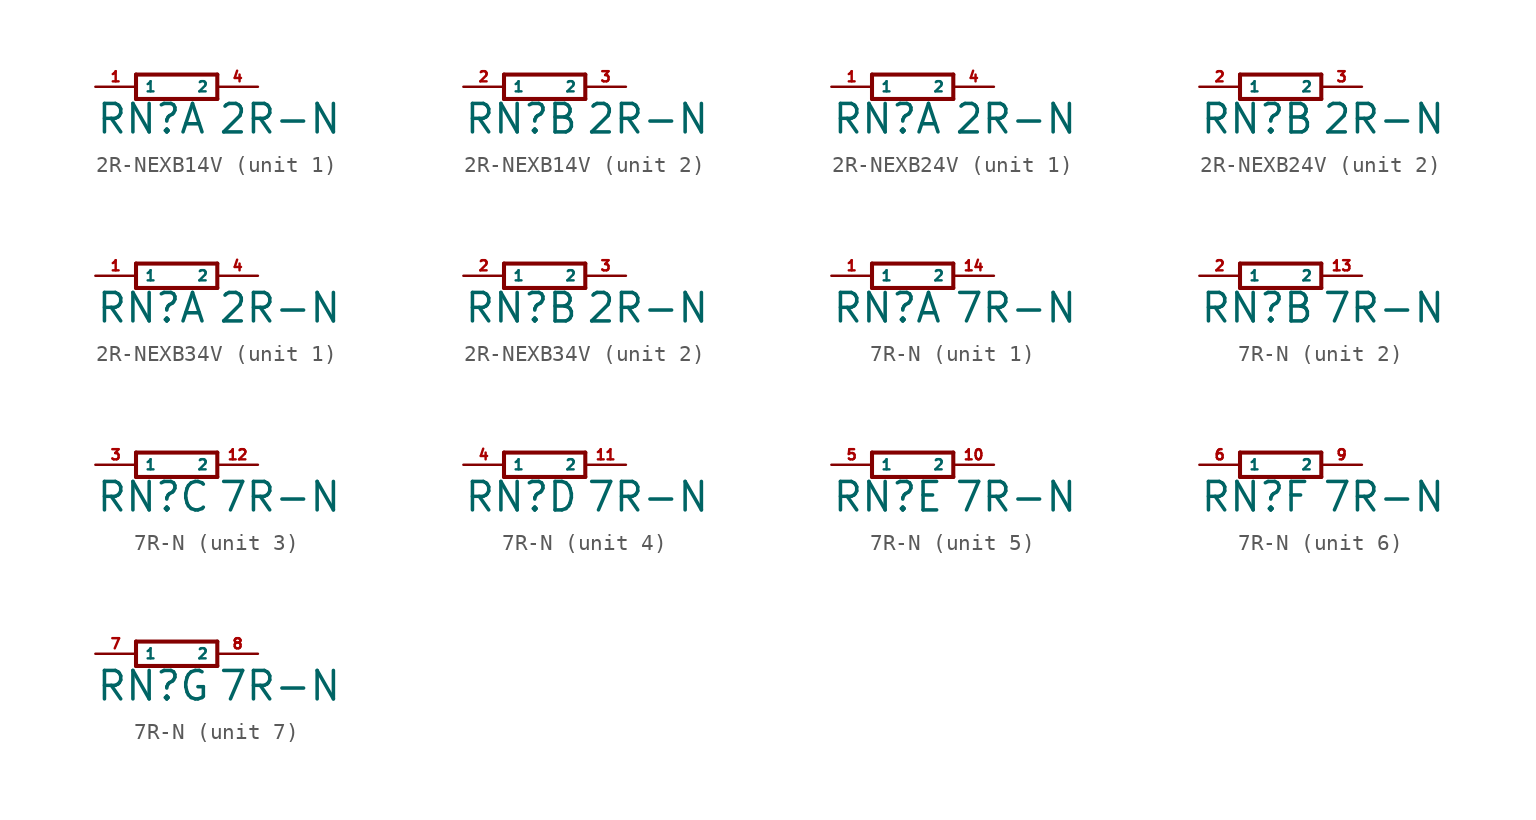
<source format=kicad_sym>
(kicad_symbol_lib
  (version 20220914)
  (generator Eagle2Kicad)
  (symbol "2R-NEXB14V"
    (property "Reference" "RN"
      (at -5.08 -3.048 0)
      (effects (font (size 1.778 1.778) (thickness 0.22)) (justify left bottom)))
    (property "Value" "2R-N"
      (at 2.54 -3.048 0)
      (effects (font (size 1.778 1.778) (thickness 0.22)) (justify left bottom)))
    (symbol "2R-NEXB14V_1_0"
      (polyline (pts (xy -2.54 -0.762) (xy 2.54 -0.762)) (stroke (width 0.254) (type default)) (fill (type none)))
      (polyline (pts (xy 2.54 0.762) (xy -2.54 0.762)) (stroke (width 0.254) (type default)) (fill (type none)))
      (polyline (pts (xy 2.54 -0.762) (xy 2.54 0.762)) (stroke (width 0.254) (type default)) (fill (type none)))
      (polyline (pts (xy -2.54 0.762) (xy -2.54 -0.762)) (stroke (width 0.254) (type default)) (fill (type none)))
      (pin passive line (at -5.08 0 0) (length 2.54) (name "1" (effects (font (size 0.635 0.635) (thickness 0.08)) (justify left bottom))) (number "1" (effects (font (size 0.635 0.635) (thickness 0.08)) (justify left bottom))))
      (pin passive line (at 5.08 0 180) (length 2.54) (name "2" (effects (font (size 0.635 0.635) (thickness 0.08)) (justify left bottom))) (number "4" (effects (font (size 0.635 0.635) (thickness 0.08)) (justify left bottom)))))
    (symbol "2R-NEXB14V_2_0"
      (polyline (pts (xy -2.54 -0.762) (xy 2.54 -0.762)) (stroke (width 0.254) (type default)) (fill (type none)))
      (polyline (pts (xy 2.54 0.762) (xy -2.54 0.762)) (stroke (width 0.254) (type default)) (fill (type none)))
      (polyline (pts (xy 2.54 -0.762) (xy 2.54 0.762)) (stroke (width 0.254) (type default)) (fill (type none)))
      (polyline (pts (xy -2.54 0.762) (xy -2.54 -0.762)) (stroke (width 0.254) (type default)) (fill (type none)))
      (pin passive line (at -5.08 0 0) (length 2.54) (name "1" (effects (font (size 0.635 0.635) (thickness 0.08)) (justify left bottom))) (number "2" (effects (font (size 0.635 0.635) (thickness 0.08)) (justify left bottom))))
      (pin passive line (at 5.08 0 180) (length 2.54) (name "2" (effects (font (size 0.635 0.635) (thickness 0.08)) (justify left bottom))) (number "3" (effects (font (size 0.635 0.635) (thickness 0.08)) (justify left bottom))))))
  (symbol "2R-NEXB24V"
    (property "Reference" "RN"
      (at -5.08 -3.048 0)
      (effects (font (size 1.778 1.778) (thickness 0.22)) (justify left bottom)))
    (property "Value" "2R-N"
      (at 2.54 -3.048 0)
      (effects (font (size 1.778 1.778) (thickness 0.22)) (justify left bottom)))
    (symbol "2R-NEXB24V_1_0"
      (polyline (pts (xy -2.54 -0.762) (xy 2.54 -0.762)) (stroke (width 0.254) (type default)) (fill (type none)))
      (polyline (pts (xy 2.54 0.762) (xy -2.54 0.762)) (stroke (width 0.254) (type default)) (fill (type none)))
      (polyline (pts (xy 2.54 -0.762) (xy 2.54 0.762)) (stroke (width 0.254) (type default)) (fill (type none)))
      (polyline (pts (xy -2.54 0.762) (xy -2.54 -0.762)) (stroke (width 0.254) (type default)) (fill (type none)))
      (pin passive line (at -5.08 0 0) (length 2.54) (name "1" (effects (font (size 0.635 0.635) (thickness 0.08)) (justify left bottom))) (number "1" (effects (font (size 0.635 0.635) (thickness 0.08)) (justify left bottom))))
      (pin passive line (at 5.08 0 180) (length 2.54) (name "2" (effects (font (size 0.635 0.635) (thickness 0.08)) (justify left bottom))) (number "4" (effects (font (size 0.635 0.635) (thickness 0.08)) (justify left bottom)))))
    (symbol "2R-NEXB24V_2_0"
      (polyline (pts (xy -2.54 -0.762) (xy 2.54 -0.762)) (stroke (width 0.254) (type default)) (fill (type none)))
      (polyline (pts (xy 2.54 0.762) (xy -2.54 0.762)) (stroke (width 0.254) (type default)) (fill (type none)))
      (polyline (pts (xy 2.54 -0.762) (xy 2.54 0.762)) (stroke (width 0.254) (type default)) (fill (type none)))
      (polyline (pts (xy -2.54 0.762) (xy -2.54 -0.762)) (stroke (width 0.254) (type default)) (fill (type none)))
      (pin passive line (at -5.08 0 0) (length 2.54) (name "1" (effects (font (size 0.635 0.635) (thickness 0.08)) (justify left bottom))) (number "2" (effects (font (size 0.635 0.635) (thickness 0.08)) (justify left bottom))))
      (pin passive line (at 5.08 0 180) (length 2.54) (name "2" (effects (font (size 0.635 0.635) (thickness 0.08)) (justify left bottom))) (number "3" (effects (font (size 0.635 0.635) (thickness 0.08)) (justify left bottom))))))
  (symbol "2R-NEXB34V"
    (property "Reference" "RN"
      (at -5.08 -3.048 0)
      (effects (font (size 1.778 1.778) (thickness 0.22)) (justify left bottom)))
    (property "Value" "2R-N"
      (at 2.54 -3.048 0)
      (effects (font (size 1.778 1.778) (thickness 0.22)) (justify left bottom)))
    (symbol "2R-NEXB34V_1_0"
      (polyline (pts (xy -2.54 -0.762) (xy 2.54 -0.762)) (stroke (width 0.254) (type default)) (fill (type none)))
      (polyline (pts (xy 2.54 0.762) (xy -2.54 0.762)) (stroke (width 0.254) (type default)) (fill (type none)))
      (polyline (pts (xy 2.54 -0.762) (xy 2.54 0.762)) (stroke (width 0.254) (type default)) (fill (type none)))
      (polyline (pts (xy -2.54 0.762) (xy -2.54 -0.762)) (stroke (width 0.254) (type default)) (fill (type none)))
      (pin passive line (at -5.08 0 0) (length 2.54) (name "1" (effects (font (size 0.635 0.635) (thickness 0.08)) (justify left bottom))) (number "1" (effects (font (size 0.635 0.635) (thickness 0.08)) (justify left bottom))))
      (pin passive line (at 5.08 0 180) (length 2.54) (name "2" (effects (font (size 0.635 0.635) (thickness 0.08)) (justify left bottom))) (number "4" (effects (font (size 0.635 0.635) (thickness 0.08)) (justify left bottom)))))
    (symbol "2R-NEXB34V_2_0"
      (polyline (pts (xy -2.54 -0.762) (xy 2.54 -0.762)) (stroke (width 0.254) (type default)) (fill (type none)))
      (polyline (pts (xy 2.54 0.762) (xy -2.54 0.762)) (stroke (width 0.254) (type default)) (fill (type none)))
      (polyline (pts (xy 2.54 -0.762) (xy 2.54 0.762)) (stroke (width 0.254) (type default)) (fill (type none)))
      (polyline (pts (xy -2.54 0.762) (xy -2.54 -0.762)) (stroke (width 0.254) (type default)) (fill (type none)))
      (pin passive line (at -5.08 0 0) (length 2.54) (name "1" (effects (font (size 0.635 0.635) (thickness 0.08)) (justify left bottom))) (number "2" (effects (font (size 0.635 0.635) (thickness 0.08)) (justify left bottom))))
      (pin passive line (at 5.08 0 180) (length 2.54) (name "2" (effects (font (size 0.635 0.635) (thickness 0.08)) (justify left bottom))) (number "3" (effects (font (size 0.635 0.635) (thickness 0.08)) (justify left bottom))))))
  (symbol "7R-N"
    (property "Reference" "RN"
      (at -5.08 -3.048 0)
      (effects (font (size 1.778 1.778) (thickness 0.22)) (justify left bottom)))
    (property "Value" "7R-N"
      (at 2.54 -3.048 0)
      (effects (font (size 1.778 1.778) (thickness 0.22)) (justify left bottom)))
    (symbol "7R-N_1_0"
      (polyline (pts (xy -2.54 -0.762) (xy 2.54 -0.762)) (stroke (width 0.254) (type default)) (fill (type none)))
      (polyline (pts (xy 2.54 0.762) (xy -2.54 0.762)) (stroke (width 0.254) (type default)) (fill (type none)))
      (polyline (pts (xy 2.54 -0.762) (xy 2.54 0.762)) (stroke (width 0.254) (type default)) (fill (type none)))
      (polyline (pts (xy -2.54 0.762) (xy -2.54 -0.762)) (stroke (width 0.254) (type default)) (fill (type none)))
      (pin passive line (at -5.08 0 0) (length 2.54) (name "1" (effects (font (size 0.635 0.635) (thickness 0.08)) (justify left bottom))) (number "1" (effects (font (size 0.635 0.635) (thickness 0.08)) (justify left bottom))))
      (pin passive line (at 5.08 0 180) (length 2.54) (name "2" (effects (font (size 0.635 0.635) (thickness 0.08)) (justify left bottom))) (number "14" (effects (font (size 0.635 0.635) (thickness 0.08)) (justify left bottom)))))
    (symbol "7R-N_2_0"
      (polyline (pts (xy -2.54 -0.762) (xy 2.54 -0.762)) (stroke (width 0.254) (type default)) (fill (type none)))
      (polyline (pts (xy 2.54 0.762) (xy -2.54 0.762)) (stroke (width 0.254) (type default)) (fill (type none)))
      (polyline (pts (xy 2.54 -0.762) (xy 2.54 0.762)) (stroke (width 0.254) (type default)) (fill (type none)))
      (polyline (pts (xy -2.54 0.762) (xy -2.54 -0.762)) (stroke (width 0.254) (type default)) (fill (type none)))
      (pin passive line (at -5.08 0 0) (length 2.54) (name "1" (effects (font (size 0.635 0.635) (thickness 0.08)) (justify left bottom))) (number "2" (effects (font (size 0.635 0.635) (thickness 0.08)) (justify left bottom))))
      (pin passive line (at 5.08 0 180) (length 2.54) (name "2" (effects (font (size 0.635 0.635) (thickness 0.08)) (justify left bottom))) (number "13" (effects (font (size 0.635 0.635) (thickness 0.08)) (justify left bottom)))))
    (symbol "7R-N_3_0"
      (polyline (pts (xy -2.54 -0.762) (xy 2.54 -0.762)) (stroke (width 0.254) (type default)) (fill (type none)))
      (polyline (pts (xy 2.54 0.762) (xy -2.54 0.762)) (stroke (width 0.254) (type default)) (fill (type none)))
      (polyline (pts (xy 2.54 -0.762) (xy 2.54 0.762)) (stroke (width 0.254) (type default)) (fill (type none)))
      (polyline (pts (xy -2.54 0.762) (xy -2.54 -0.762)) (stroke (width 0.254) (type default)) (fill (type none)))
      (pin passive line (at -5.08 0 0) (length 2.54) (name "1" (effects (font (size 0.635 0.635) (thickness 0.08)) (justify left bottom))) (number "3" (effects (font (size 0.635 0.635) (thickness 0.08)) (justify left bottom))))
      (pin passive line (at 5.08 0 180) (length 2.54) (name "2" (effects (font (size 0.635 0.635) (thickness 0.08)) (justify left bottom))) (number "12" (effects (font (size 0.635 0.635) (thickness 0.08)) (justify left bottom)))))
    (symbol "7R-N_4_0"
      (polyline (pts (xy -2.54 -0.762) (xy 2.54 -0.762)) (stroke (width 0.254) (type default)) (fill (type none)))
      (polyline (pts (xy 2.54 0.762) (xy -2.54 0.762)) (stroke (width 0.254) (type default)) (fill (type none)))
      (polyline (pts (xy 2.54 -0.762) (xy 2.54 0.762)) (stroke (width 0.254) (type default)) (fill (type none)))
      (polyline (pts (xy -2.54 0.762) (xy -2.54 -0.762)) (stroke (width 0.254) (type default)) (fill (type none)))
      (pin passive line (at -5.08 0 0) (length 2.54) (name "1" (effects (font (size 0.635 0.635) (thickness 0.08)) (justify left bottom))) (number "4" (effects (font (size 0.635 0.635) (thickness 0.08)) (justify left bottom))))
      (pin passive line (at 5.08 0 180) (length 2.54) (name "2" (effects (font (size 0.635 0.635) (thickness 0.08)) (justify left bottom))) (number "11" (effects (font (size 0.635 0.635) (thickness 0.08)) (justify left bottom)))))
    (symbol "7R-N_5_0"
      (polyline (pts (xy -2.54 -0.762) (xy 2.54 -0.762)) (stroke (width 0.254) (type default)) (fill (type none)))
      (polyline (pts (xy 2.54 0.762) (xy -2.54 0.762)) (stroke (width 0.254) (type default)) (fill (type none)))
      (polyline (pts (xy 2.54 -0.762) (xy 2.54 0.762)) (stroke (width 0.254) (type default)) (fill (type none)))
      (polyline (pts (xy -2.54 0.762) (xy -2.54 -0.762)) (stroke (width 0.254) (type default)) (fill (type none)))
      (pin passive line (at -5.08 0 0) (length 2.54) (name "1" (effects (font (size 0.635 0.635) (thickness 0.08)) (justify left bottom))) (number "5" (effects (font (size 0.635 0.635) (thickness 0.08)) (justify left bottom))))
      (pin passive line (at 5.08 0 180) (length 2.54) (name "2" (effects (font (size 0.635 0.635) (thickness 0.08)) (justify left bottom))) (number "10" (effects (font (size 0.635 0.635) (thickness 0.08)) (justify left bottom)))))
    (symbol "7R-N_6_0"
      (polyline (pts (xy -2.54 -0.762) (xy 2.54 -0.762)) (stroke (width 0.254) (type default)) (fill (type none)))
      (polyline (pts (xy 2.54 0.762) (xy -2.54 0.762)) (stroke (width 0.254) (type default)) (fill (type none)))
      (polyline (pts (xy 2.54 -0.762) (xy 2.54 0.762)) (stroke (width 0.254) (type default)) (fill (type none)))
      (polyline (pts (xy -2.54 0.762) (xy -2.54 -0.762)) (stroke (width 0.254) (type default)) (fill (type none)))
      (pin passive line (at -5.08 0 0) (length 2.54) (name "1" (effects (font (size 0.635 0.635) (thickness 0.08)) (justify left bottom))) (number "6" (effects (font (size 0.635 0.635) (thickness 0.08)) (justify left bottom))))
      (pin passive line (at 5.08 0 180) (length 2.54) (name "2" (effects (font (size 0.635 0.635) (thickness 0.08)) (justify left bottom))) (number "9" (effects (font (size 0.635 0.635) (thickness 0.08)) (justify left bottom)))))
    (symbol "7R-N_7_0"
      (polyline (pts (xy -2.54 -0.762) (xy 2.54 -0.762)) (stroke (width 0.254) (type default)) (fill (type none)))
      (polyline (pts (xy 2.54 0.762) (xy -2.54 0.762)) (stroke (width 0.254) (type default)) (fill (type none)))
      (polyline (pts (xy 2.54 -0.762) (xy 2.54 0.762)) (stroke (width 0.254) (type default)) (fill (type none)))
      (polyline (pts (xy -2.54 0.762) (xy -2.54 -0.762)) (stroke (width 0.254) (type default)) (fill (type none)))
      (pin passive line (at -5.08 0 0) (length 2.54) (name "1" (effects (font (size 0.635 0.635) (thickness 0.08)) (justify left bottom))) (number "7" (effects (font (size 0.635 0.635) (thickness 0.08)) (justify left bottom))))
      (pin passive line (at 5.08 0 180) (length 2.54) (name "2" (effects (font (size 0.635 0.635) (thickness 0.08)) (justify left bottom))) (number "8" (effects (font (size 0.635 0.635) (thickness 0.08)) (justify left bottom)))))))
</source>
